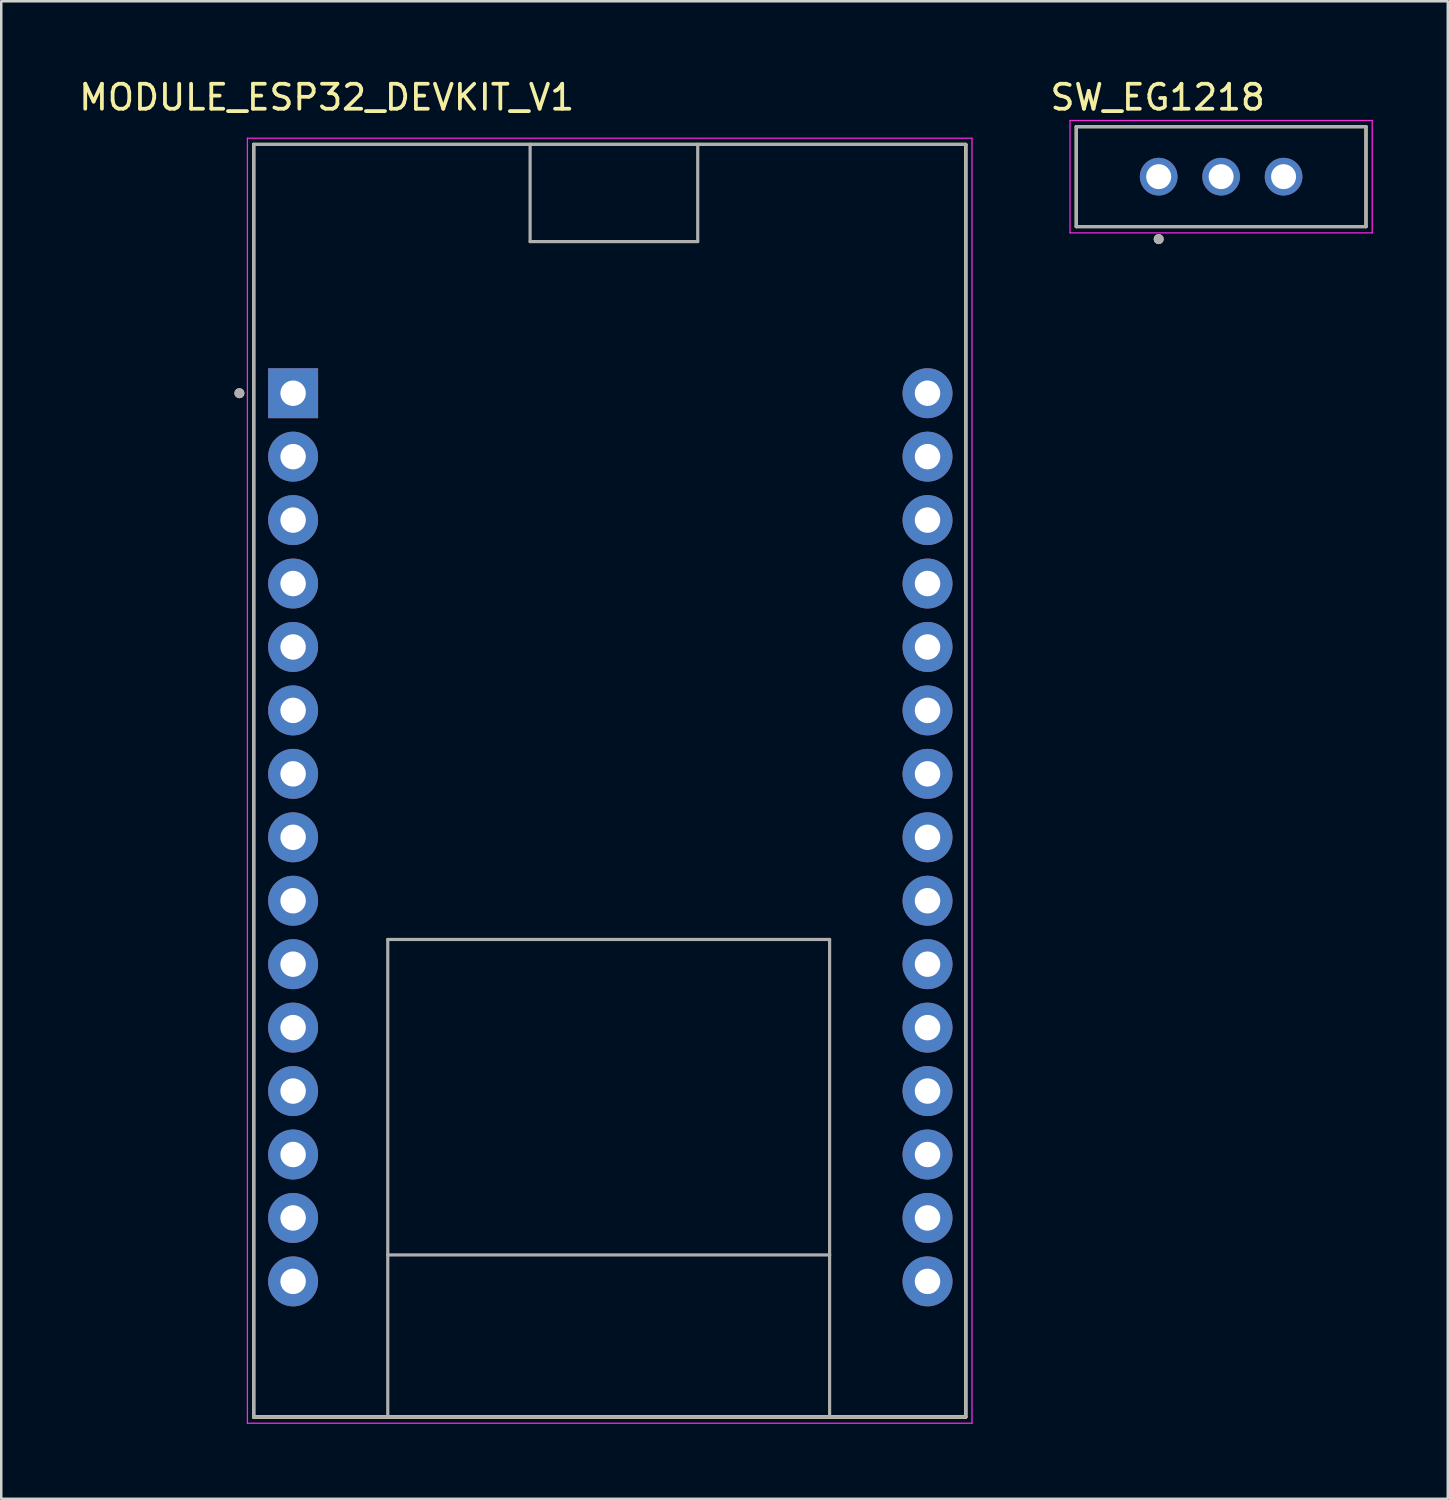
<source format=kicad_pcb>
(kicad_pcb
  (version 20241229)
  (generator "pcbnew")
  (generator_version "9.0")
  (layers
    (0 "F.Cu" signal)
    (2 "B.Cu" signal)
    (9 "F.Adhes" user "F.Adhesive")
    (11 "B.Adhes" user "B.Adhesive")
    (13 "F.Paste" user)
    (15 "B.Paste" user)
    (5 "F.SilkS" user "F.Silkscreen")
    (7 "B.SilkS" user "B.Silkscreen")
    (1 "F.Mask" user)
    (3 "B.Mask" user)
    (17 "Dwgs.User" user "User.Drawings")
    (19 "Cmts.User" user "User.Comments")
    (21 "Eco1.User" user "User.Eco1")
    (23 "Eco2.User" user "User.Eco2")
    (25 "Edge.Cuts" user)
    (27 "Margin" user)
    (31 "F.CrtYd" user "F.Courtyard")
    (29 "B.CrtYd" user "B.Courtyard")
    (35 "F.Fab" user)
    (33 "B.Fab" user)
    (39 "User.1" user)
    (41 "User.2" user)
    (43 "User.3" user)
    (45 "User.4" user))
  (footprint "SW_EG1218"
    (layer "F.Cu")
    (at 45.84 4.023)
    (property "Reference" "SW_EG1218" (at -2.54 -3.175 0) (layer "F.SilkS") (effects (font (size 1 1) (thickness 0.15))))
    (attr through_hole)
    (fp_line (start -5.8 -2) (end 5.8 -2) (stroke (width 0.127) (type solid)) (layer "F.SilkS"))
    (fp_line (start -5.8 2) (end -5.8 -2) (stroke (width 0.127) (type solid)) (layer "F.SilkS"))
    (fp_line (start 5.8 -2) (end 5.8 2) (stroke (width 0.127) (type solid)) (layer "F.SilkS"))
    (fp_line (start 5.8 2) (end -5.8 2) (stroke (width 0.127) (type solid)) (layer "F.SilkS"))
    (fp_circle (center -2.5 2.5) (end -2.4 2.5) (stroke (width 0.2) (type solid)) (fill no) (layer "F.SilkS"))
    (fp_line (start -6.05 -2.25) (end 6.05 -2.25) (stroke (width 0.05) (type solid)) (layer "F.CrtYd"))
    (fp_line (start -6.05 2.25) (end -6.05 -2.25) (stroke (width 0.05) (type solid)) (layer "F.CrtYd"))
    (fp_line (start 6.05 -2.25) (end 6.05 2.25) (stroke (width 0.05) (type solid)) (layer "F.CrtYd"))
    (fp_line (start 6.05 2.25) (end -6.05 2.25) (stroke (width 0.05) (type solid)) (layer "F.CrtYd"))
    (fp_line (start -5.8 -2) (end 5.8 -2) (stroke (width 0.127) (type solid)) (layer "F.Fab"))
    (fp_line (start -5.8 2) (end -5.8 -2) (stroke (width 0.127) (type solid)) (layer "F.Fab"))
    (fp_line (start 5.8 -2) (end 5.8 2) (stroke (width 0.127) (type solid)) (layer "F.Fab"))
    (fp_line (start 5.8 2) (end -5.8 2) (stroke (width 0.127) (type solid)) (layer "F.Fab"))
    (fp_circle (center -2.5 2.5) (end -2.4 2.5) (stroke (width 0.2) (type solid)) (fill no) (layer "F.Fab"))
    (pad "1" thru_hole circle (at -2.5 0) (size 1.508 1.508) (drill 1) (layers "*.Cu" "*.Mask"))
    (pad "2" thru_hole circle (at 0 0) (size 1.508 1.508) (drill 1) (layers "*.Cu" "*.Mask"))
    (pad "3" thru_hole circle (at 2.5 0) (size 1.508 1.508) (drill 1) (layers "*.Cu" "*.Mask")))
  (footprint "MODULE_ESP32_DEVKIT_V1"
    (layer "F.Cu")
    (at 21.385 28.208)
    (property "Reference" "MODULE_ESP32_DEVKIT_V1" (at -11.355 -27.36 0) (layer "F.SilkS") (effects (font (size 1 1) (thickness 0.15))))
    (attr through_hole)
    (fp_line (start -14.28 -25.475) (end -3.211 -25.475) (stroke (width 0.127) (type solid)) (layer "F.SilkS"))
    (fp_line (start -14.28 -25.475) (end 14.23 -25.475) (stroke (width 0.127) (type solid)) (layer "F.SilkS"))
    (fp_line (start -14.28 25.475) (end -14.28 -25.475) (stroke (width 0.127) (type solid)) (layer "F.SilkS"))
    (fp_line (start -14.28 25.475) (end -14.28 -25.475) (stroke (width 0.127) (type solid)) (layer "F.SilkS"))
    (fp_line (start -14.28 25.475) (end -8.91 25.475) (stroke (width 0.127) (type solid)) (layer "F.SilkS"))
    (fp_line (start -8.91 25.475) (end 8.78 25.475) (stroke (width 0.127) (type solid)) (layer "F.SilkS"))
    (fp_line (start -3.211 -25.475) (end 3.5 -25.475) (stroke (width 0.127) (type solid)) (layer "F.SilkS"))
    (fp_line (start 3.5 -25.475) (end 14.23 -25.475) (stroke (width 0.127) (type solid)) (layer "F.SilkS"))
    (fp_line (start 8.78 25.475) (end 14.23 25.475) (stroke (width 0.127) (type solid)) (layer "F.SilkS"))
    (fp_line (start 14.23 -25.475) (end 14.23 25.475) (stroke (width 0.127) (type solid)) (layer "F.SilkS"))
    (fp_line (start 14.23 -25.475) (end 14.23 25.475) (stroke (width 0.127) (type solid)) (layer "F.SilkS"))
    (fp_line (start 14.23 25.475) (end -14.28 25.475) (stroke (width 0.127) (type solid)) (layer "F.SilkS"))
    (fp_circle (center -14.85 -15.515) (end -14.75 -15.515) (stroke (width 0.2) (type solid)) (fill no) (layer "F.SilkS"))
    (fp_line (start -14.53 -25.725) (end -14.53 25.725) (stroke (width 0.05) (type solid)) (layer "F.CrtYd"))
    (fp_line (start -14.53 25.725) (end 14.48 25.725) (stroke (width 0.05) (type solid)) (layer "F.CrtYd"))
    (fp_line (start 14.48 -25.725) (end -14.53 -25.725) (stroke (width 0.05) (type solid)) (layer "F.CrtYd"))
    (fp_line (start 14.48 25.725) (end 14.48 -25.725) (stroke (width 0.05) (type solid)) (layer "F.CrtYd"))
    (fp_line (start -14.28 -25.475) (end -3.211 -25.475) (stroke (width 0.127) (type solid)) (layer "F.Fab"))
    (fp_line (start -14.28 25.475) (end -14.28 -25.475) (stroke (width 0.127) (type solid)) (layer "F.Fab"))
    (fp_line (start -14.28 25.475) (end -8.91 25.475) (stroke (width 0.127) (type solid)) (layer "F.Fab"))
    (fp_line (start -8.91 6.355) (end 8.78 6.355) (stroke (width 0.127) (type solid)) (layer "F.Fab"))
    (fp_line (start -8.91 18.985) (end -8.91 6.355) (stroke (width 0.127) (type solid)) (layer "F.Fab"))
    (fp_line (start -8.91 18.985) (end 8.78 18.985) (stroke (width 0.127) (type solid)) (layer "F.Fab"))
    (fp_line (start -8.91 25.475) (end -8.91 18.985) (stroke (width 0.127) (type solid)) (layer "F.Fab"))
    (fp_line (start -8.91 25.475) (end 8.78 25.475) (stroke (width 0.127) (type solid)) (layer "F.Fab"))
    (fp_line (start -3.211 -25.475) (end 3.5 -25.475) (stroke (width 0.127) (type solid)) (layer "F.Fab"))
    (fp_line (start -3.211 -21.585) (end -3.211 -25.475) (stroke (width 0.127) (type solid)) (layer "F.Fab"))
    (fp_line (start 3.5 -25.475) (end 3.5 -21.585) (stroke (width 0.127) (type solid)) (layer "F.Fab"))
    (fp_line (start 3.5 -25.475) (end 14.23 -25.475) (stroke (width 0.127) (type solid)) (layer "F.Fab"))
    (fp_line (start 3.5 -21.585) (end -3.211 -21.585) (stroke (width 0.127) (type solid)) (layer "F.Fab"))
    (fp_line (start 8.78 6.355) (end 8.78 18.985) (stroke (width 0.127) (type solid)) (layer "F.Fab"))
    (fp_line (start 8.78 18.985) (end 8.78 25.475) (stroke (width 0.127) (type solid)) (layer "F.Fab"))
    (fp_line (start 8.78 25.475) (end 14.23 25.475) (stroke (width 0.127) (type solid)) (layer "F.Fab"))
    (fp_line (start 14.23 -25.475) (end 14.23 25.475) (stroke (width 0.127) (type solid)) (layer "F.Fab"))
    (fp_circle (center -14.85 -15.515) (end -14.75 -15.515) (stroke (width 0.2) (type solid)) (fill no) (layer "F.Fab"))
    (pad "1" thru_hole rect (at -12.7 -15.515) (size 2 2) (drill 1.02) (layers "*.Cu" "*.Mask"))
    (pad "2" thru_hole circle (at -12.7 -12.975) (size 2 2) (drill 1.02) (layers "*.Cu" "*.Mask"))
    (pad "3" thru_hole circle (at -12.7 -10.435) (size 2 2) (drill 1.02) (layers "*.Cu" "*.Mask"))
    (pad "4" thru_hole circle (at -12.7 -7.895) (size 2 2) (drill 1.02) (layers "*.Cu" "*.Mask"))
    (pad "5" thru_hole circle (at -12.7 -5.355) (size 2 2) (drill 1.02) (layers "*.Cu" "*.Mask"))
    (pad "6" thru_hole circle (at -12.7 -2.815) (size 2 2) (drill 1.02) (layers "*.Cu" "*.Mask"))
    (pad "7" thru_hole circle (at -12.7 -0.275) (size 2 2) (drill 1.02) (layers "*.Cu" "*.Mask"))
    (pad "8" thru_hole circle (at -12.7 2.265) (size 2 2) (drill 1.02) (layers "*.Cu" "*.Mask"))
    (pad "9" thru_hole circle (at -12.7 4.805) (size 2 2) (drill 1.02) (layers "*.Cu" "*.Mask"))
    (pad "10" thru_hole circle (at -12.7 7.345) (size 2 2) (drill 1.02) (layers "*.Cu" "*.Mask"))
    (pad "11" thru_hole circle (at -12.7 9.885) (size 2 2) (drill 1.02) (layers "*.Cu" "*.Mask"))
    (pad "12" thru_hole circle (at -12.7 12.425) (size 2 2) (drill 1.02) (layers "*.Cu" "*.Mask"))
    (pad "13" thru_hole circle (at -12.7 14.965) (size 2 2) (drill 1.02) (layers "*.Cu" "*.Mask"))
    (pad "14" thru_hole circle (at -12.7 17.505) (size 2 2) (drill 1.02) (layers "*.Cu" "*.Mask"))
    (pad "15" thru_hole circle (at -12.7 20.045) (size 2 2) (drill 1.02) (layers "*.Cu" "*.Mask"))
    (pad "16" thru_hole circle (at 12.7 20.045) (size 2 2) (drill 1.02) (layers "*.Cu" "*.Mask"))
    (pad "17" thru_hole circle (at 12.7 17.505) (size 2 2) (drill 1.02) (layers "*.Cu" "*.Mask"))
    (pad "18" thru_hole circle (at 12.7 14.965) (size 2 2) (drill 1.02) (layers "*.Cu" "*.Mask"))
    (pad "19" thru_hole circle (at 12.7 12.425) (size 2 2) (drill 1.02) (layers "*.Cu" "*.Mask"))
    (pad "20" thru_hole circle (at 12.7 9.885) (size 2 2) (drill 1.02) (layers "*.Cu" "*.Mask"))
    (pad "21" thru_hole circle (at 12.7 7.345) (size 2 2) (drill 1.02) (layers "*.Cu" "*.Mask"))
    (pad "22" thru_hole circle (at 12.7 4.805) (size 2 2) (drill 1.02) (layers "*.Cu" "*.Mask"))
    (pad "23" thru_hole circle (at 12.7 2.265) (size 2 2) (drill 1.02) (layers "*.Cu" "*.Mask"))
    (pad "24" thru_hole circle (at 12.7 -0.275) (size 2 2) (drill 1.02) (layers "*.Cu" "*.Mask"))
    (pad "25" thru_hole circle (at 12.7 -2.815) (size 2 2) (drill 1.02) (layers "*.Cu" "*.Mask"))
    (pad "26" thru_hole circle (at 12.7 -5.355) (size 2 2) (drill 1.02) (layers "*.Cu" "*.Mask"))
    (pad "27" thru_hole circle (at 12.7 -7.895) (size 2 2) (drill 1.02) (layers "*.Cu" "*.Mask"))
    (pad "28" thru_hole circle (at 12.7 -10.435) (size 2 2) (drill 1.02) (layers "*.Cu" "*.Mask"))
    (pad "29" thru_hole circle (at 12.7 -12.975) (size 2 2) (drill 1.02) (layers "*.Cu" "*.Mask"))
    (pad "30" thru_hole circle (at 12.7 -15.515) (size 2 2) (drill 1.02) (layers "*.Cu" "*.Mask")))
  (gr_rect
    (start -3 -3)
    (end 54.915 56.958)
    (stroke (width 0.1) (type default))
    (fill no)
    (layer "Edge.Cuts")))
</source>
